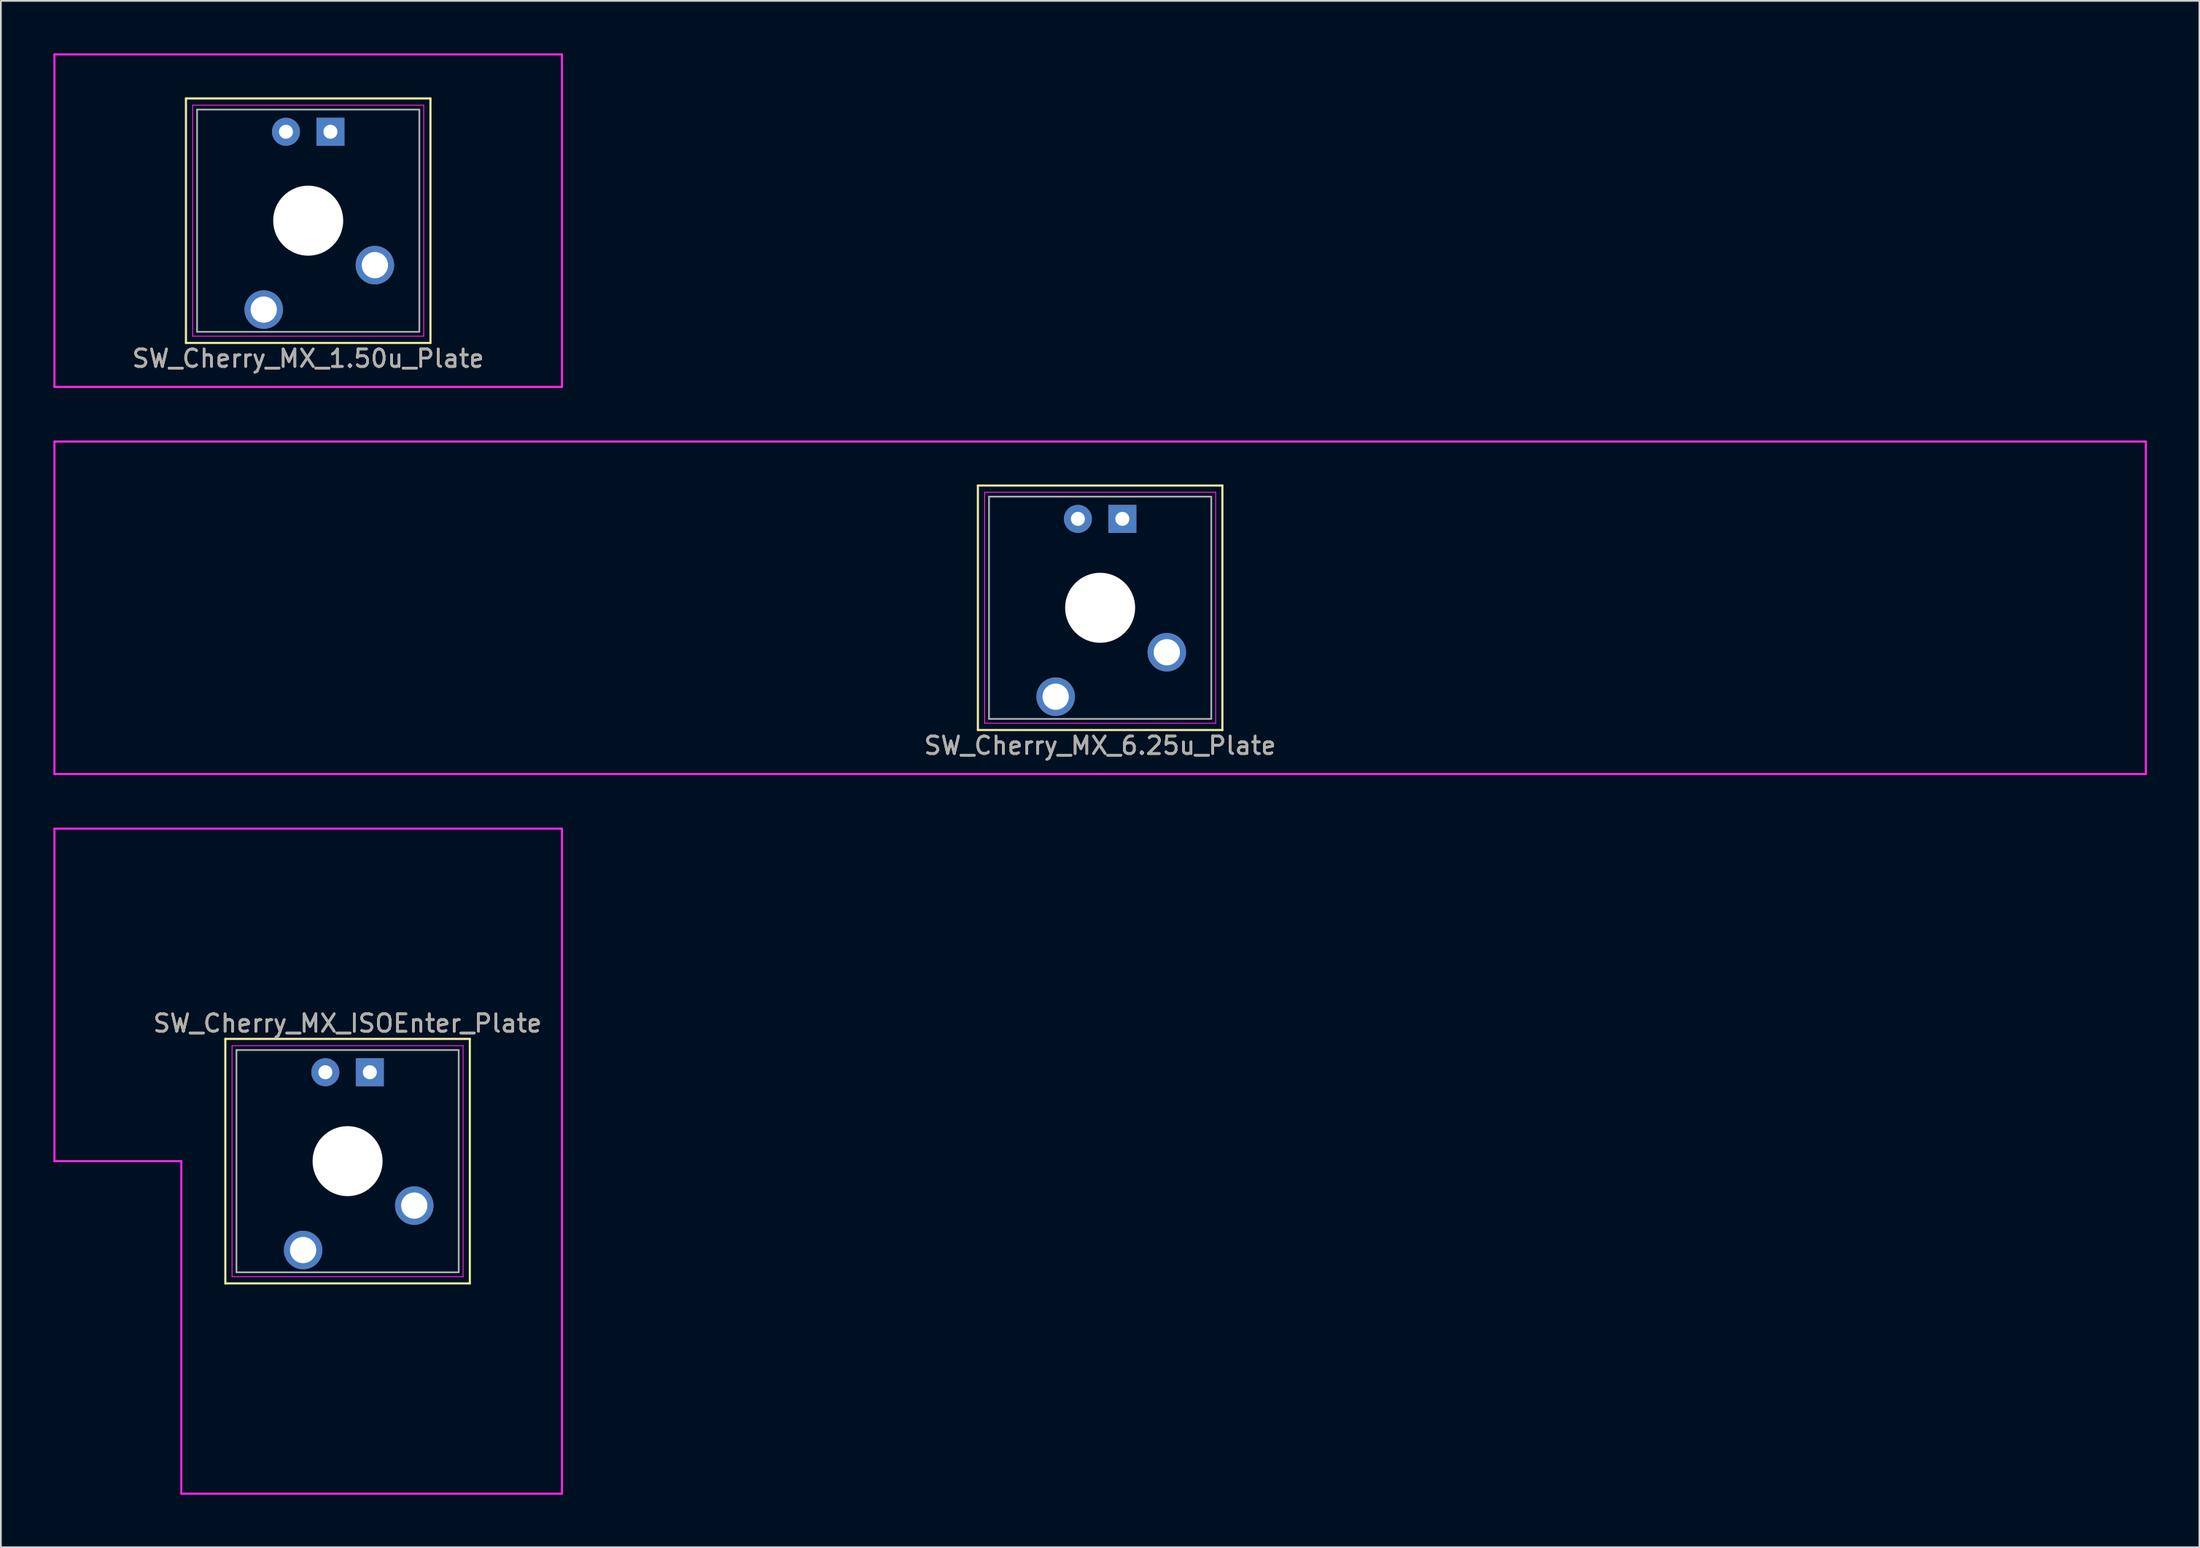
<source format=kicad_pcb>
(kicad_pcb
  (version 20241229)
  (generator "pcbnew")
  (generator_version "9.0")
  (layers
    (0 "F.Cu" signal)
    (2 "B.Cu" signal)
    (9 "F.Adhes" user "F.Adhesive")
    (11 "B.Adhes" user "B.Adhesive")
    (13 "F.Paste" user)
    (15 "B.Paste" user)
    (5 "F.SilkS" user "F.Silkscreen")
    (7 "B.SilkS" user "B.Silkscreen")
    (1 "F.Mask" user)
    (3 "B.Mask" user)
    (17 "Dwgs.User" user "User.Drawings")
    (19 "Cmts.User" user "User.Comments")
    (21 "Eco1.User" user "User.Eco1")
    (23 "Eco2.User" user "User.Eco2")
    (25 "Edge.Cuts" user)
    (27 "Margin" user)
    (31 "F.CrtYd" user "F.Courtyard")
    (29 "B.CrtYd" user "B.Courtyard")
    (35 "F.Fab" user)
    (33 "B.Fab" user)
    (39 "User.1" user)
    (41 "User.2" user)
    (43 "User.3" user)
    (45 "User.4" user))
  (footprint "SW_Cherry_MX_1.50u_Plate"
    (layer "F.Cu")
    (at 14.56 9.56)
    (property "Reference" "SW_Cherry_MX_1.50u_Plate" (at 0 7.874 180) (layer "F.SilkS") (effects (font (size 1 1) (thickness 0.15))))
    (attr through_hole)
    (fp_line (start -6.985 -6.985) (end 6.985 -6.985) (stroke (width 0.12) (type solid)) (layer "F.SilkS"))
    (fp_line (start -6.985 6.985) (end -6.985 -6.985) (stroke (width 0.12) (type solid)) (layer "F.SilkS"))
    (fp_line (start 6.985 -6.985) (end 6.985 6.985) (stroke (width 0.12) (type solid)) (layer "F.SilkS"))
    (fp_line (start 6.985 6.985) (end -6.985 6.985) (stroke (width 0.12) (type solid)) (layer "F.SilkS"))
    (fp_line (start -14.5 -9.5) (end 14.5 -9.5) (stroke (width 0.12) (type solid)) (layer "F.CrtYd"))
    (fp_line (start -14.5 9.5) (end -14.5 -9.5) (stroke (width 0.12) (type solid)) (layer "F.CrtYd"))
    (fp_line (start -6.6 -6.6) (end 6.6 -6.6) (stroke (width 0.05) (type solid)) (layer "F.CrtYd"))
    (fp_line (start -6.6 6.6) (end -6.6 -6.6) (stroke (width 0.05) (type solid)) (layer "F.CrtYd"))
    (fp_line (start 0 9.5) (end -14.5 9.5) (stroke (width 0.12) (type solid)) (layer "F.CrtYd"))
    (fp_line (start 6.6 -6.6) (end 6.6 6.6) (stroke (width 0.05) (type solid)) (layer "F.CrtYd"))
    (fp_line (start 6.6 6.6) (end -6.6 6.6) (stroke (width 0.05) (type solid)) (layer "F.CrtYd"))
    (fp_line (start 14.5 -9.5) (end 14.5 9.5) (stroke (width 0.12) (type solid)) (layer "F.CrtYd"))
    (fp_line (start 14.5 9.5) (end 0 9.5) (stroke (width 0.12) (type solid)) (layer "F.CrtYd"))
    (fp_line (start -6.35 -6.35) (end 6.35 -6.35) (stroke (width 0.1) (type solid)) (layer "F.Fab"))
    (fp_line (start -6.35 6.35) (end -6.35 -6.35) (stroke (width 0.1) (type solid)) (layer "F.Fab"))
    (fp_line (start 6.35 -6.35) (end 6.35 6.35) (stroke (width 0.1) (type solid)) (layer "F.Fab"))
    (fp_line (start 6.35 6.35) (end -6.35 6.35) (stroke (width 0.1) (type solid)) (layer "F.Fab"))
    (fp_text user "${REFERENCE}" (at 0 7.874 180) (layer "F.Fab") (effects (font (size 1 1) (thickness 0.15))))
    (pad "" np_thru_hole circle (at 0 0 180) (size 4 4) (drill 4) (layers "*.Cu" "*.Mask"))
    (pad "1" thru_hole circle (at 3.81 2.54 180) (size 2.2 2.2) (drill 1.5) (layers "*.Cu" "*.Mask"))
    (pad "2" thru_hole rect (at 1.27 -5.08 180) (size 1.6 1.6) (drill 0.8) (layers "*.Cu" "*.Mask"))
    (pad "3" thru_hole circle (at -1.27 -5.08 180) (size 1.6 1.6) (drill 0.8) (layers "*.Cu" "*.Mask"))
    (pad "4" thru_hole circle (at -2.54 5.08 180) (size 2.2 2.2) (drill 1.5) (layers "*.Cu" "*.Mask")))
  (footprint "SW_Cherry_MX_6.25u_Plate"
    (layer "F.Cu")
    (at 59.81 31.68)
    (property "Reference" "SW_Cherry_MX_6.25u_Plate" (at 0 7.874 180) (layer "F.SilkS") (effects (font (size 1 1) (thickness 0.15))))
    (attr through_hole)
    (fp_line (start -6.985 -6.985) (end 6.985 -6.985) (stroke (width 0.12) (type solid)) (layer "F.SilkS"))
    (fp_line (start -6.985 6.985) (end -6.985 -6.985) (stroke (width 0.12) (type solid)) (layer "F.SilkS"))
    (fp_line (start 6.985 -6.985) (end 6.985 6.985) (stroke (width 0.12) (type solid)) (layer "F.SilkS"))
    (fp_line (start 6.985 6.985) (end -6.985 6.985) (stroke (width 0.12) (type solid)) (layer "F.SilkS"))
    (fp_line (start -59.75 -9.5) (end 59.75 -9.5) (stroke (width 0.12) (type solid)) (layer "F.CrtYd"))
    (fp_line (start -59.75 9.5) (end -59.75 -9.5) (stroke (width 0.12) (type solid)) (layer "F.CrtYd"))
    (fp_line (start -6.6 -6.6) (end 6.6 -6.6) (stroke (width 0.05) (type solid)) (layer "F.CrtYd"))
    (fp_line (start -6.6 6.6) (end -6.6 -6.6) (stroke (width 0.05) (type solid)) (layer "F.CrtYd"))
    (fp_line (start 0 9.5) (end -59.75 9.5) (stroke (width 0.12) (type solid)) (layer "F.CrtYd"))
    (fp_line (start 6.6 -6.6) (end 6.6 6.6) (stroke (width 0.05) (type solid)) (layer "F.CrtYd"))
    (fp_line (start 6.6 6.6) (end -6.6 6.6) (stroke (width 0.05) (type solid)) (layer "F.CrtYd"))
    (fp_line (start 59.75 -9.5) (end 59.75 9.5) (stroke (width 0.12) (type solid)) (layer "F.CrtYd"))
    (fp_line (start 59.75 9.5) (end 0 9.5) (stroke (width 0.12) (type solid)) (layer "F.CrtYd"))
    (fp_line (start -6.35 -6.35) (end 6.35 -6.35) (stroke (width 0.1) (type solid)) (layer "F.Fab"))
    (fp_line (start -6.35 6.35) (end -6.35 -6.35) (stroke (width 0.1) (type solid)) (layer "F.Fab"))
    (fp_line (start 6.35 -6.35) (end 6.35 6.35) (stroke (width 0.1) (type solid)) (layer "F.Fab"))
    (fp_line (start 6.35 6.35) (end -6.35 6.35) (stroke (width 0.1) (type solid)) (layer "F.Fab"))
    (fp_text user "${REFERENCE}" (at 0 7.874 180) (layer "F.Fab") (effects (font (size 1 1) (thickness 0.15))))
    (pad "" np_thru_hole circle (at 0 0 180) (size 4 4) (drill 4) (layers "*.Cu" "*.Mask"))
    (pad "1" thru_hole circle (at 3.81 2.54 180) (size 2.2 2.2) (drill 1.5) (layers "*.Cu" "*.Mask"))
    (pad "2" thru_hole rect (at 1.27 -5.08 180) (size 1.6 1.6) (drill 0.8) (layers "*.Cu" "*.Mask"))
    (pad "3" thru_hole circle (at -1.27 -5.08 180) (size 1.6 1.6) (drill 0.8) (layers "*.Cu" "*.Mask"))
    (pad "4" thru_hole circle (at -2.54 5.08 180) (size 2.2 2.2) (drill 1.5) (layers "*.Cu" "*.Mask")))
  (footprint "SW_Cherry_MX_ISOEnter_Plate"
    (layer "F.Cu")
    (at 16.81 63.3)
    (property "Reference" "SW_Cherry_MX_ISOEnter_Plate" (at 0 -7.874 0) (layer "F.SilkS") (effects (font (size 1 1) (thickness 0.15))))
    (attr through_hole)
    (fp_line (start -6.985 -6.985) (end 6.985 -6.985) (stroke (width 0.12) (type solid)) (layer "F.SilkS"))
    (fp_line (start -6.985 6.985) (end -6.985 -6.985) (stroke (width 0.12) (type solid)) (layer "F.SilkS"))
    (fp_line (start 6.985 -6.985) (end 6.985 6.985) (stroke (width 0.12) (type solid)) (layer "F.SilkS"))
    (fp_line (start 6.985 6.985) (end -6.985 6.985) (stroke (width 0.12) (type solid)) (layer "F.SilkS"))
    (fp_line (start -16.75 -19) (end -16.75 0) (stroke (width 0.12) (type solid)) (layer "F.CrtYd"))
    (fp_line (start -16.75 0) (end -9.5 0) (stroke (width 0.12) (type solid)) (layer "F.CrtYd"))
    (fp_line (start -9.5 19) (end -9.5 0) (stroke (width 0.12) (type solid)) (layer "F.CrtYd"))
    (fp_line (start -6.6 -6.6) (end 6.6 -6.6) (stroke (width 0.05) (type solid)) (layer "F.CrtYd"))
    (fp_line (start -6.6 6.6) (end -6.6 -6.6) (stroke (width 0.05) (type solid)) (layer "F.CrtYd"))
    (fp_line (start 6.6 -6.6) (end 6.6 6.6) (stroke (width 0.05) (type solid)) (layer "F.CrtYd"))
    (fp_line (start 6.6 6.6) (end -6.6 6.6) (stroke (width 0.05) (type solid)) (layer "F.CrtYd"))
    (fp_line (start 12.25 -19) (end -16.75 -19) (stroke (width 0.12) (type solid)) (layer "F.CrtYd"))
    (fp_line (start 12.25 -0.25) (end 12.25 -19) (stroke (width 0.12) (type solid)) (layer "F.CrtYd"))
    (fp_line (start 12.25 -0.25) (end 12.25 19) (stroke (width 0.12) (type solid)) (layer "F.CrtYd"))
    (fp_line (start 12.25 19) (end -9.5 19) (stroke (width 0.12) (type solid)) (layer "F.CrtYd"))
    (fp_line (start -6.35 -6.35) (end 6.35 -6.35) (stroke (width 0.1) (type solid)) (layer "F.Fab"))
    (fp_line (start -6.35 6.35) (end -6.35 -6.35) (stroke (width 0.1) (type solid)) (layer "F.Fab"))
    (fp_line (start 6.35 -6.35) (end 6.35 6.35) (stroke (width 0.1) (type solid)) (layer "F.Fab"))
    (fp_line (start 6.35 6.35) (end -6.35 6.35) (stroke (width 0.1) (type solid)) (layer "F.Fab"))
    (fp_text user "${REFERENCE}" (at 0 -7.874 0) (layer "F.Fab") (effects (font (size 1 1) (thickness 0.15))))
    (pad "" np_thru_hole circle (at 0 0) (size 4 4) (drill 4) (layers "*.Cu" "*.Mask"))
    (pad "1" thru_hole circle (at 3.81 2.54) (size 2.2 2.2) (drill 1.5) (layers "*.Cu" "*.Mask"))
    (pad "2" thru_hole rect (at 1.27 -5.08) (size 1.6 1.6) (drill 0.8) (layers "*.Cu" "*.Mask"))
    (pad "3" thru_hole circle (at -1.27 -5.08) (size 1.6 1.6) (drill 0.8) (layers "*.Cu" "*.Mask"))
    (pad "4" thru_hole circle (at -2.54 5.08) (size 2.2 2.2) (drill 1.5) (layers "*.Cu" "*.Mask")))
  (gr_rect
    (start -3 -3)
    (end 122.62 85.36)
    (stroke (width 0.1) (type default))
    (fill no)
    (layer "Edge.Cuts")))
</source>
